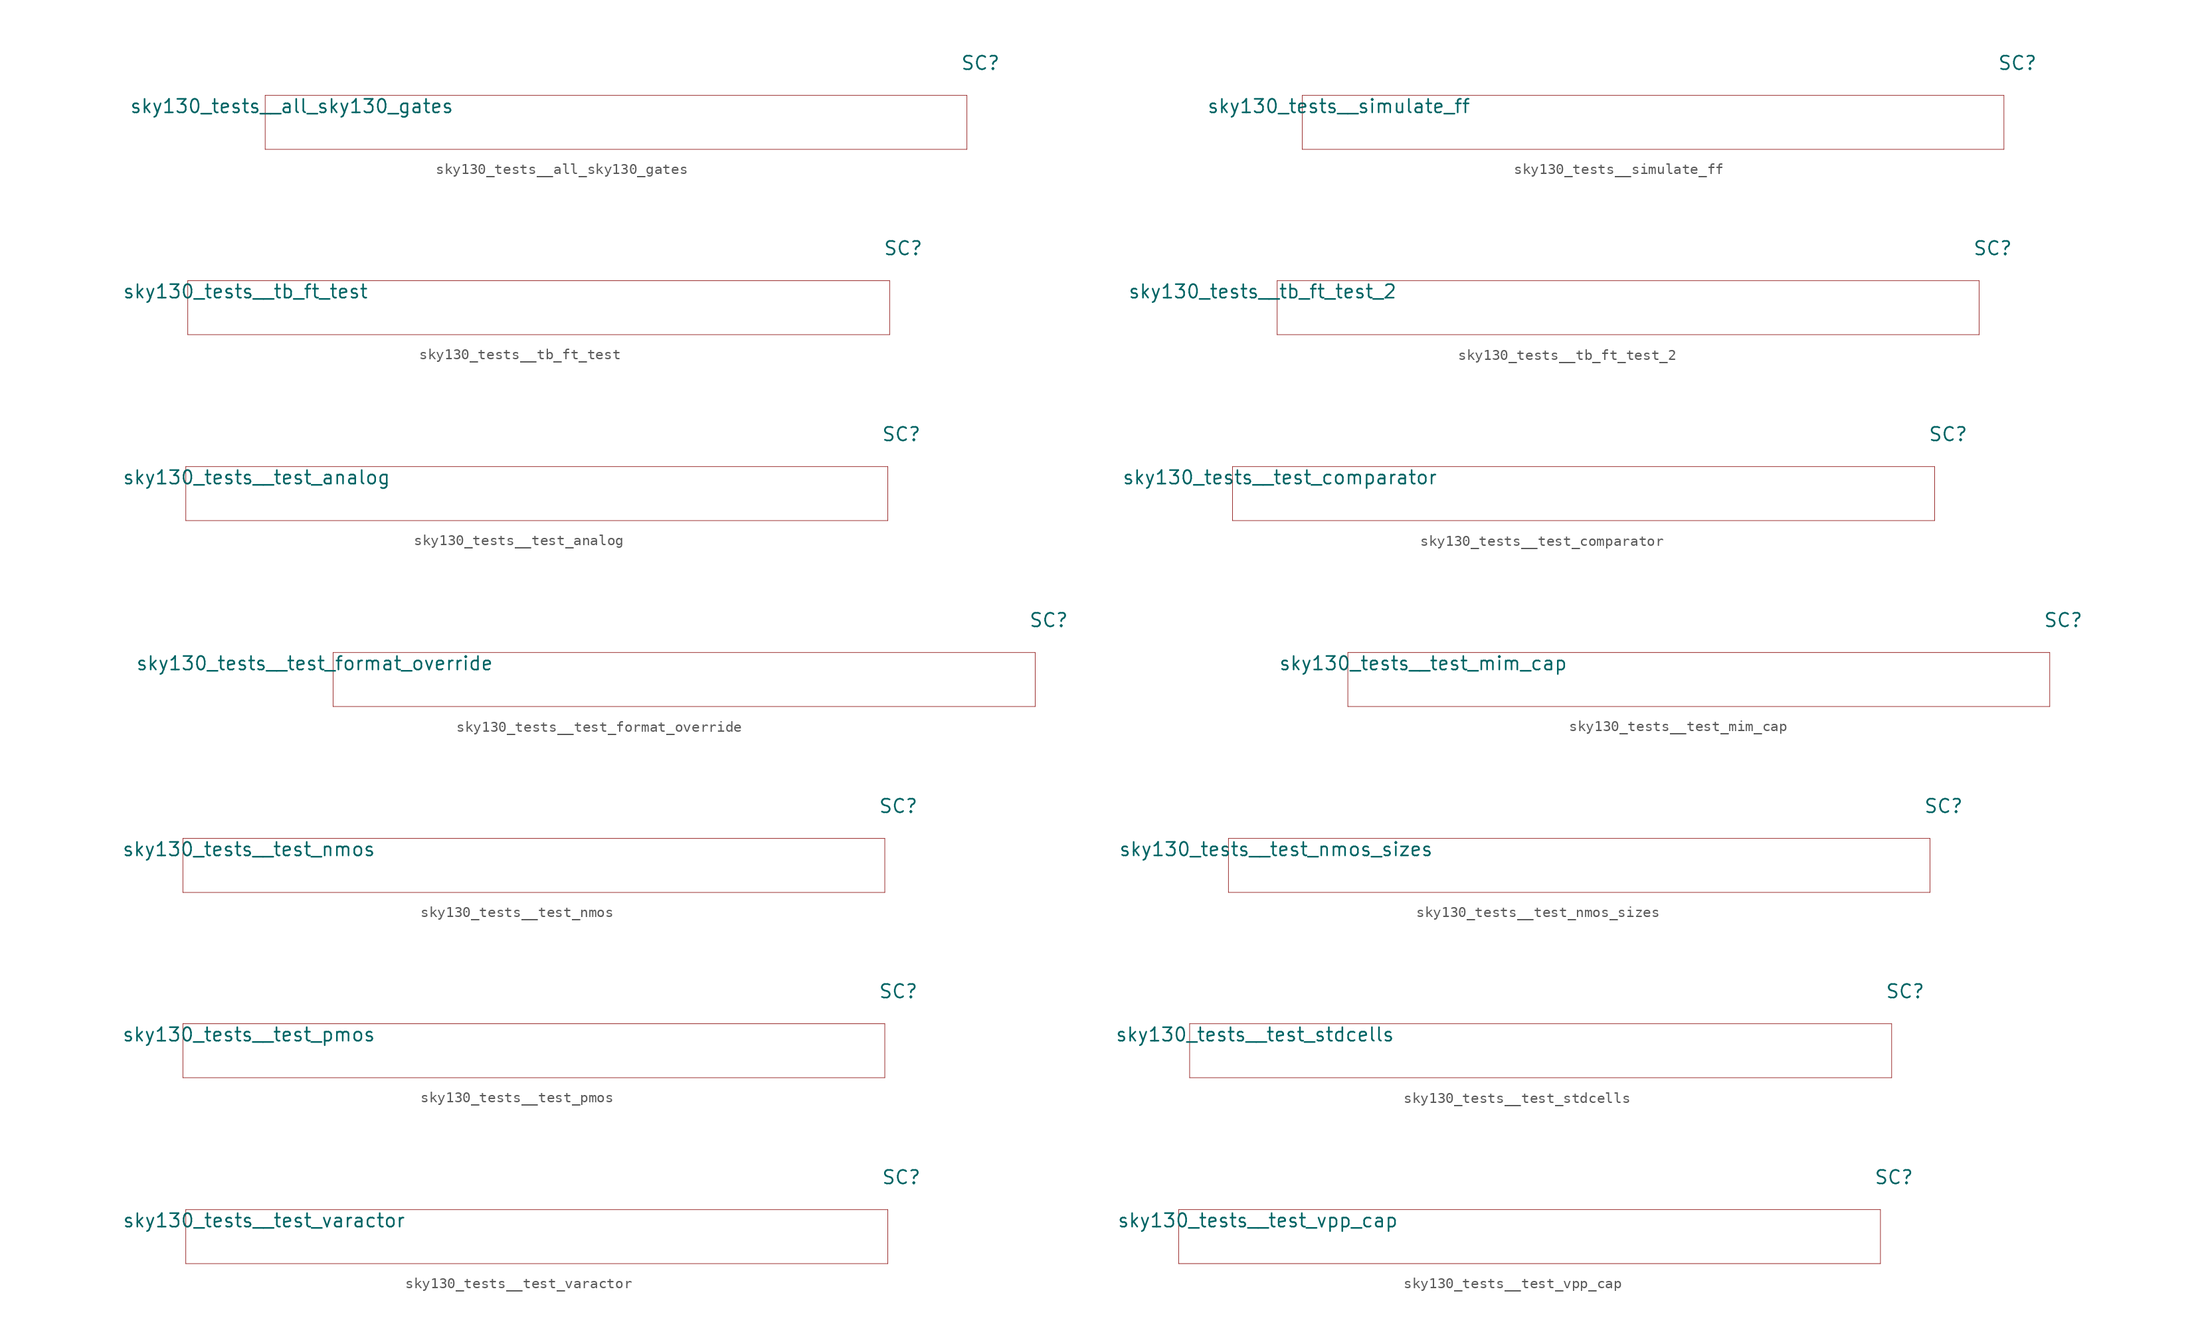
<source format=kicad_sym>
(kicad_symbol_lib
  (version 20211014)
  (generator kicad_symbol_editor)
  (symbol "sky130_tests__all_sky130_gates"
    (pin_names hide)
    (property "Reference" "SC"
      (at 34.29 5.588 0)
      (effects (font (size 1.27 1.27))))
    (property "Value" "sky130_tests__all_sky130_gates"
      (at -15.24 1.524 0)
      (effects (font (size 1.27 1.27)) (justify right)))
    (symbol "sky130_tests__all_sky130_gates_0_0"
      (polyline (pts (xy -33.02 -2.54) (xy 33.02 -2.54)) (stroke (width 0.051) (type default) (color 0 0 0 0)) (fill (type none)))
      (polyline (pts (xy -33.02 2.54) (xy -33.02 -2.54)) (stroke (width 0.051) (type default) (color 0 0 0 0)) (fill (type none)))
      (polyline (pts (xy -33.02 2.54) (xy 33.02 2.54)) (stroke (width 0.051) (type default) (color 0 0 0 0)) (fill (type none)))
      (polyline (pts (xy 33.02 2.54) (xy 33.02 -2.54)) (stroke (width 0.051) (type default) (color 0 0 0 0)) (fill (type none)))))
  (symbol "sky130_tests__simulate_ff"
    (pin_names hide)
    (property "Reference" "SC"
      (at 34.29 5.588 0)
      (effects (font (size 1.27 1.27))))
    (property "Value" "sky130_tests__simulate_ff"
      (at -17.145 1.524 0)
      (effects (font (size 1.27 1.27)) (justify right)))
    (symbol "sky130_tests__simulate_ff_0_0"
      (polyline (pts (xy -33.02 -2.54) (xy 33.02 -2.54)) (stroke (width 0.051) (type default) (color 0 0 0 0)) (fill (type none)))
      (polyline (pts (xy -33.02 2.54) (xy -33.02 -2.54)) (stroke (width 0.051) (type default) (color 0 0 0 0)) (fill (type none)))
      (polyline (pts (xy -33.02 2.54) (xy 33.02 2.54)) (stroke (width 0.051) (type default) (color 0 0 0 0)) (fill (type none)))
      (polyline (pts (xy 33.02 2.54) (xy 33.02 -2.54)) (stroke (width 0.051) (type default) (color 0 0 0 0)) (fill (type none)))))
  (symbol "sky130_tests__tb_ft_test"
    (pin_names hide)
    (property "Reference" "SC"
      (at 34.29 5.588 0)
      (effects (font (size 1.27 1.27))))
    (property "Value" "sky130_tests__tb_ft_test"
      (at -16.002 1.524 0)
      (effects (font (size 1.27 1.27)) (justify right)))
    (symbol "sky130_tests__tb_ft_test_0_0"
      (polyline (pts (xy -33.02 -2.54) (xy 33.02 -2.54)) (stroke (width 0.051) (type default) (color 0 0 0 0)) (fill (type none)))
      (polyline (pts (xy -33.02 2.54) (xy -33.02 -2.54)) (stroke (width 0.051) (type default) (color 0 0 0 0)) (fill (type none)))
      (polyline (pts (xy -33.02 2.54) (xy 33.02 2.54)) (stroke (width 0.051) (type default) (color 0 0 0 0)) (fill (type none)))
      (polyline (pts (xy 33.02 2.54) (xy 33.02 -2.54)) (stroke (width 0.051) (type default) (color 0 0 0 0)) (fill (type none)))))
  (symbol "sky130_tests__tb_ft_test_2"
    (pin_names hide)
    (property "Reference" "SC"
      (at 34.29 5.588 0)
      (effects (font (size 1.27 1.27))))
    (property "Value" "sky130_tests__tb_ft_test_2"
      (at -21.717 1.524 0)
      (effects (font (size 1.27 1.27)) (justify right)))
    (symbol "sky130_tests__tb_ft_test_2_0_0"
      (polyline (pts (xy -33.02 -2.54) (xy 33.02 -2.54)) (stroke (width 0.051) (type default) (color 0 0 0 0)) (fill (type none)))
      (polyline (pts (xy -33.02 2.54) (xy -33.02 -2.54)) (stroke (width 0.051) (type default) (color 0 0 0 0)) (fill (type none)))
      (polyline (pts (xy -33.02 2.54) (xy 33.02 2.54)) (stroke (width 0.051) (type default) (color 0 0 0 0)) (fill (type none)))
      (polyline (pts (xy 33.02 2.54) (xy 33.02 -2.54)) (stroke (width 0.051) (type default) (color 0 0 0 0)) (fill (type none)))))
  (symbol "sky130_tests__test_analog"
    (pin_names hide)
    (property "Reference" "SC"
      (at 34.29 5.588 0)
      (effects (font (size 1.27 1.27))))
    (property "Value" "sky130_tests__test_analog"
      (at -13.716 1.524 0)
      (effects (font (size 1.27 1.27)) (justify right)))
    (symbol "sky130_tests__test_analog_0_0"
      (polyline (pts (xy -33.02 -2.54) (xy 33.02 -2.54)) (stroke (width 0.051) (type default) (color 0 0 0 0)) (fill (type none)))
      (polyline (pts (xy -33.02 2.54) (xy -33.02 -2.54)) (stroke (width 0.051) (type default) (color 0 0 0 0)) (fill (type none)))
      (polyline (pts (xy -33.02 2.54) (xy 33.02 2.54)) (stroke (width 0.051) (type default) (color 0 0 0 0)) (fill (type none)))
      (polyline (pts (xy 33.02 2.54) (xy 33.02 -2.54)) (stroke (width 0.051) (type default) (color 0 0 0 0)) (fill (type none)))))
  (symbol "sky130_tests__test_comparator"
    (pin_names hide)
    (property "Reference" "SC"
      (at 34.29 5.588 0)
      (effects (font (size 1.27 1.27))))
    (property "Value" "sky130_tests__test_comparator"
      (at -13.716 1.524 0)
      (effects (font (size 1.27 1.27)) (justify right)))
    (symbol "sky130_tests__test_comparator_0_0"
      (polyline (pts (xy -33.02 -2.54) (xy 33.02 -2.54)) (stroke (width 0.051) (type default) (color 0 0 0 0)) (fill (type none)))
      (polyline (pts (xy -33.02 2.54) (xy -33.02 -2.54)) (stroke (width 0.051) (type default) (color 0 0 0 0)) (fill (type none)))
      (polyline (pts (xy -33.02 2.54) (xy 33.02 2.54)) (stroke (width 0.051) (type default) (color 0 0 0 0)) (fill (type none)))
      (polyline (pts (xy 33.02 2.54) (xy 33.02 -2.54)) (stroke (width 0.051) (type default) (color 0 0 0 0)) (fill (type none)))))
  (symbol "sky130_tests__test_format_override"
    (pin_names hide)
    (property "Reference" "SC"
      (at 34.29 5.588 0)
      (effects (font (size 1.27 1.27))))
    (property "Value" "sky130_tests__test_format_override"
      (at -17.907 1.524 0)
      (effects (font (size 1.27 1.27)) (justify right)))
    (symbol "sky130_tests__test_format_override_0_0"
      (polyline (pts (xy -33.02 -2.54) (xy 33.02 -2.54)) (stroke (width 0.051) (type default) (color 0 0 0 0)) (fill (type none)))
      (polyline (pts (xy -33.02 2.54) (xy -33.02 -2.54)) (stroke (width 0.051) (type default) (color 0 0 0 0)) (fill (type none)))
      (polyline (pts (xy -33.02 2.54) (xy 33.02 2.54)) (stroke (width 0.051) (type default) (color 0 0 0 0)) (fill (type none)))
      (polyline (pts (xy 33.02 2.54) (xy 33.02 -2.54)) (stroke (width 0.051) (type default) (color 0 0 0 0)) (fill (type none)))))
  (symbol "sky130_tests__test_mim_cap"
    (pin_names hide)
    (property "Reference" "SC"
      (at 34.29 5.588 0)
      (effects (font (size 1.27 1.27))))
    (property "Value" "sky130_tests__test_mim_cap"
      (at -12.319 1.524 0)
      (effects (font (size 1.27 1.27)) (justify right)))
    (symbol "sky130_tests__test_mim_cap_0_0"
      (polyline (pts (xy -33.02 -2.54) (xy 33.02 -2.54)) (stroke (width 0.051) (type default) (color 0 0 0 0)) (fill (type none)))
      (polyline (pts (xy -33.02 2.54) (xy -33.02 -2.54)) (stroke (width 0.051) (type default) (color 0 0 0 0)) (fill (type none)))
      (polyline (pts (xy -33.02 2.54) (xy 33.02 2.54)) (stroke (width 0.051) (type default) (color 0 0 0 0)) (fill (type none)))
      (polyline (pts (xy 33.02 2.54) (xy 33.02 -2.54)) (stroke (width 0.051) (type default) (color 0 0 0 0)) (fill (type none)))))
  (symbol "sky130_tests__test_nmos"
    (pin_names hide)
    (property "Reference" "SC"
      (at 34.29 5.588 0)
      (effects (font (size 1.27 1.27))))
    (property "Value" "sky130_tests__test_nmos"
      (at -14.859 1.524 0)
      (effects (font (size 1.27 1.27)) (justify right)))
    (symbol "sky130_tests__test_nmos_0_0"
      (polyline (pts (xy -33.02 -2.54) (xy 33.02 -2.54)) (stroke (width 0.051) (type default) (color 0 0 0 0)) (fill (type none)))
      (polyline (pts (xy -33.02 2.54) (xy -33.02 -2.54)) (stroke (width 0.051) (type default) (color 0 0 0 0)) (fill (type none)))
      (polyline (pts (xy -33.02 2.54) (xy 33.02 2.54)) (stroke (width 0.051) (type default) (color 0 0 0 0)) (fill (type none)))
      (polyline (pts (xy 33.02 2.54) (xy 33.02 -2.54)) (stroke (width 0.051) (type default) (color 0 0 0 0)) (fill (type none)))))
  (symbol "sky130_tests__test_nmos_sizes"
    (pin_names hide)
    (property "Reference" "SC"
      (at 34.29 5.588 0)
      (effects (font (size 1.27 1.27))))
    (property "Value" "sky130_tests__test_nmos_sizes"
      (at -13.716 1.524 0)
      (effects (font (size 1.27 1.27)) (justify right)))
    (symbol "sky130_tests__test_nmos_sizes_0_0"
      (polyline (pts (xy -33.02 -2.54) (xy 33.02 -2.54)) (stroke (width 0.051) (type default) (color 0 0 0 0)) (fill (type none)))
      (polyline (pts (xy -33.02 2.54) (xy -33.02 -2.54)) (stroke (width 0.051) (type default) (color 0 0 0 0)) (fill (type none)))
      (polyline (pts (xy -33.02 2.54) (xy 33.02 2.54)) (stroke (width 0.051) (type default) (color 0 0 0 0)) (fill (type none)))
      (polyline (pts (xy 33.02 2.54) (xy 33.02 -2.54)) (stroke (width 0.051) (type default) (color 0 0 0 0)) (fill (type none)))))
  (symbol "sky130_tests__test_pmos"
    (pin_names hide)
    (property "Reference" "SC"
      (at 34.29 5.588 0)
      (effects (font (size 1.27 1.27))))
    (property "Value" "sky130_tests__test_pmos"
      (at -14.859 1.524 0)
      (effects (font (size 1.27 1.27)) (justify right)))
    (symbol "sky130_tests__test_pmos_0_0"
      (polyline (pts (xy -33.02 -2.54) (xy 33.02 -2.54)) (stroke (width 0.051) (type default) (color 0 0 0 0)) (fill (type none)))
      (polyline (pts (xy -33.02 2.54) (xy -33.02 -2.54)) (stroke (width 0.051) (type default) (color 0 0 0 0)) (fill (type none)))
      (polyline (pts (xy -33.02 2.54) (xy 33.02 2.54)) (stroke (width 0.051) (type default) (color 0 0 0 0)) (fill (type none)))
      (polyline (pts (xy 33.02 2.54) (xy 33.02 -2.54)) (stroke (width 0.051) (type default) (color 0 0 0 0)) (fill (type none)))))
  (symbol "sky130_tests__test_stdcells"
    (pin_names hide)
    (property "Reference" "SC"
      (at 34.29 5.588 0)
      (effects (font (size 1.27 1.27))))
    (property "Value" "sky130_tests__test_stdcells"
      (at -13.716 1.524 0)
      (effects (font (size 1.27 1.27)) (justify right)))
    (symbol "sky130_tests__test_stdcells_0_0"
      (polyline (pts (xy -33.02 -2.54) (xy 33.02 -2.54)) (stroke (width 0.051) (type default) (color 0 0 0 0)) (fill (type none)))
      (polyline (pts (xy -33.02 2.54) (xy -33.02 -2.54)) (stroke (width 0.051) (type default) (color 0 0 0 0)) (fill (type none)))
      (polyline (pts (xy -33.02 2.54) (xy 33.02 2.54)) (stroke (width 0.051) (type default) (color 0 0 0 0)) (fill (type none)))
      (polyline (pts (xy 33.02 2.54) (xy 33.02 -2.54)) (stroke (width 0.051) (type default) (color 0 0 0 0)) (fill (type none)))))
  (symbol "sky130_tests__test_varactor"
    (pin_names hide)
    (property "Reference" "SC"
      (at 34.29 5.588 0)
      (effects (font (size 1.27 1.27))))
    (property "Value" "sky130_tests__test_varactor"
      (at -12.319 1.524 0)
      (effects (font (size 1.27 1.27)) (justify right)))
    (symbol "sky130_tests__test_varactor_0_0"
      (polyline (pts (xy -33.02 -2.54) (xy 33.02 -2.54)) (stroke (width 0.051) (type default) (color 0 0 0 0)) (fill (type none)))
      (polyline (pts (xy -33.02 2.54) (xy -33.02 -2.54)) (stroke (width 0.051) (type default) (color 0 0 0 0)) (fill (type none)))
      (polyline (pts (xy -33.02 2.54) (xy 33.02 2.54)) (stroke (width 0.051) (type default) (color 0 0 0 0)) (fill (type none)))
      (polyline (pts (xy 33.02 2.54) (xy 33.02 -2.54)) (stroke (width 0.051) (type default) (color 0 0 0 0)) (fill (type none)))))
  (symbol "sky130_tests__test_vpp_cap"
    (pin_names hide)
    (property "Reference" "SC"
      (at 34.29 5.588 0)
      (effects (font (size 1.27 1.27))))
    (property "Value" "sky130_tests__test_vpp_cap"
      (at -12.319 1.524 0)
      (effects (font (size 1.27 1.27)) (justify right)))
    (symbol "sky130_tests__test_vpp_cap_0_0"
      (polyline (pts (xy -33.02 -2.54) (xy 33.02 -2.54)) (stroke (width 0.051) (type default) (color 0 0 0 0)) (fill (type none)))
      (polyline (pts (xy -33.02 2.54) (xy -33.02 -2.54)) (stroke (width 0.051) (type default) (color 0 0 0 0)) (fill (type none)))
      (polyline (pts (xy -33.02 2.54) (xy 33.02 2.54)) (stroke (width 0.051) (type default) (color 0 0 0 0)) (fill (type none)))
      (polyline (pts (xy 33.02 2.54) (xy 33.02 -2.54)) (stroke (width 0.051) (type default) (color 0 0 0 0)) (fill (type none))))))
</source>
